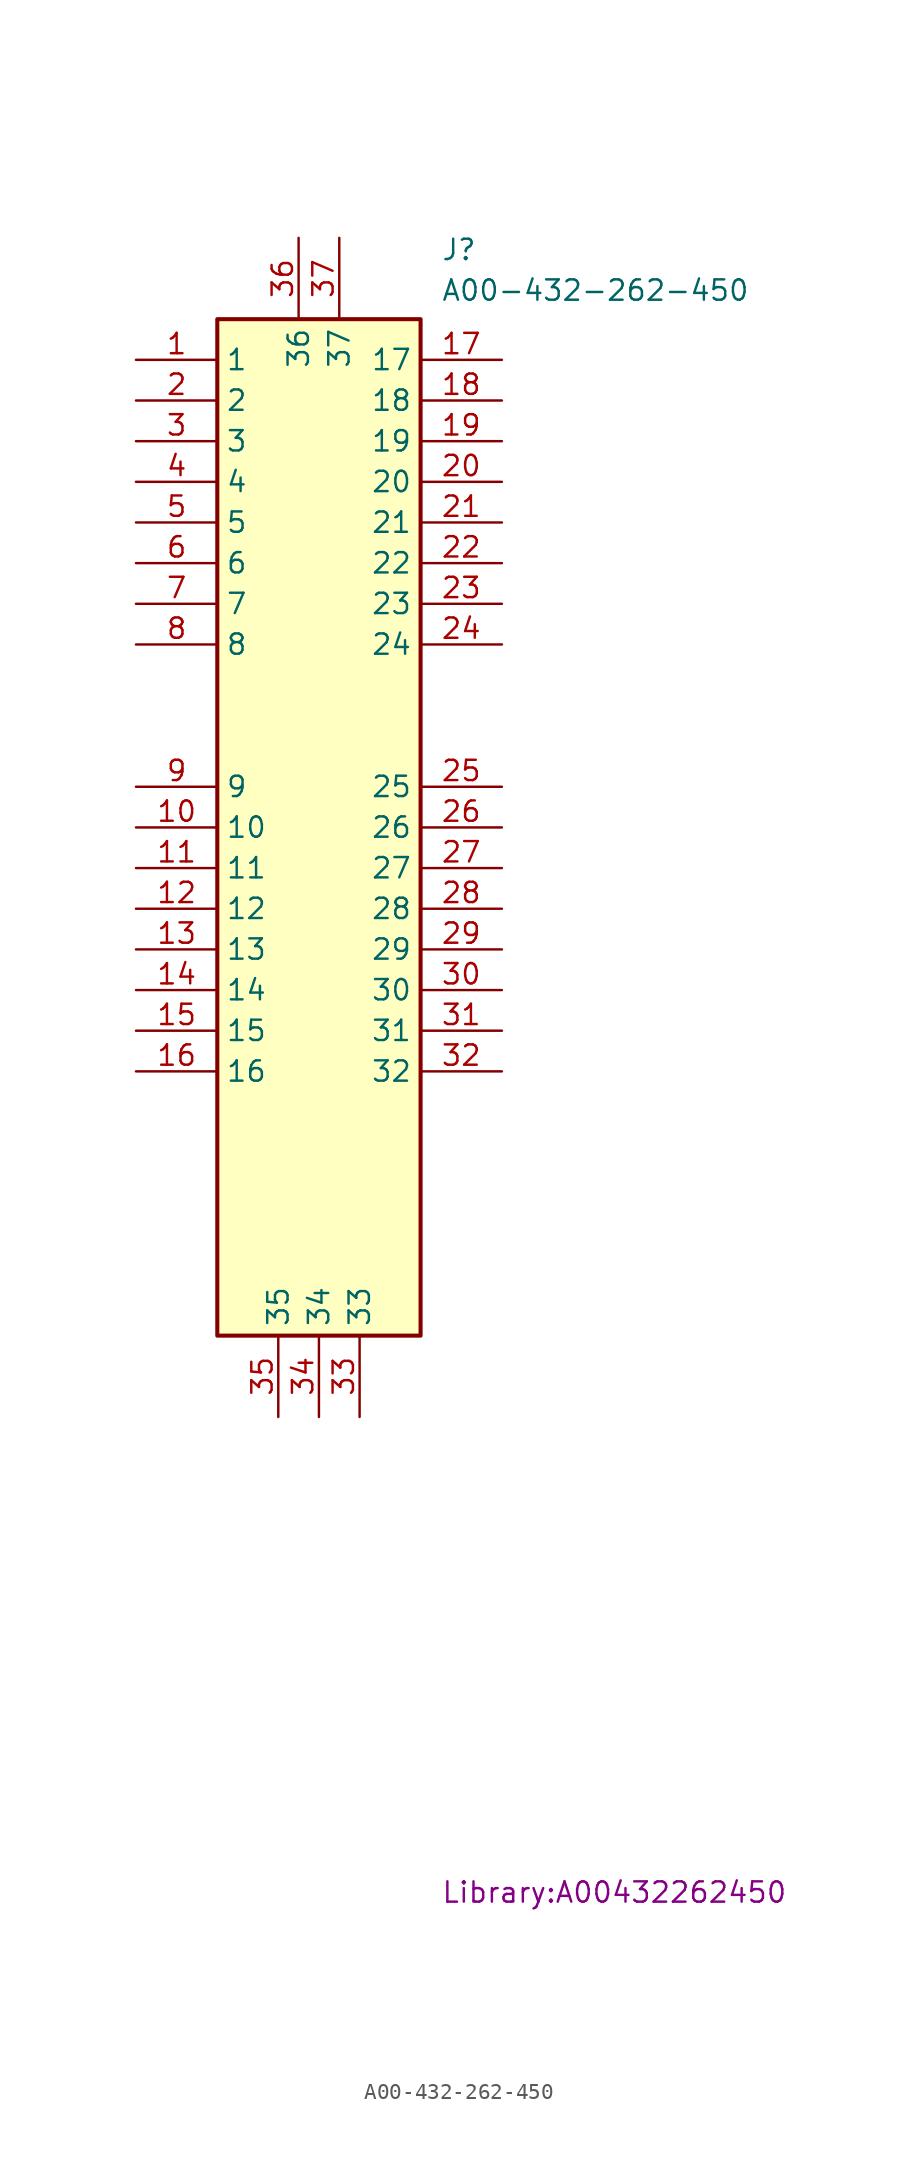
<source format=kicad_sym>
(kicad_symbol_lib
  (version 20241209)
  (generator "kicad_symbol_editor")
  (generator_version "9.0")
  (symbol "A00-432-262-450"
    (property "Reference" "J"
      (at 19.05 7.62 0)
      (effects (font (size 1.27 1.27)) (justify left top)))
    (property "Value" "A00-432-262-450"
      (at 19.05 5.08 0)
      (effects (font (size 1.27 1.27)) (justify left top)))
    (property "Footprint" "Library:A00432262450"
      (at 19.05 -94.996 0)
      (effects (font (size 1.27 1.27)) (justify left top)))
    (symbol "A00-432-262-450_1_1"
      (rectangle (start 5.08 2.54) (end 17.78 -60.96) (stroke (width 0.254) (type default)) (fill (type background)))
      (pin passive line (at 0 0 0) (length 5.08) (name "1" (effects (font (size 1.27 1.27)))) (number "1" (effects (font (size 1.27 1.27)))))
      (pin passive line (at 0 -2.54 0) (length 5.08) (name "2" (effects (font (size 1.27 1.27)))) (number "2" (effects (font (size 1.27 1.27)))))
      (pin passive line (at 0 -5.08 0) (length 5.08) (name "3" (effects (font (size 1.27 1.27)))) (number "3" (effects (font (size 1.27 1.27)))))
      (pin passive line (at 0 -7.62 0) (length 5.08) (name "4" (effects (font (size 1.27 1.27)))) (number "4" (effects (font (size 1.27 1.27)))))
      (pin passive line (at 0 -10.16 0) (length 5.08) (name "5" (effects (font (size 1.27 1.27)))) (number "5" (effects (font (size 1.27 1.27)))))
      (pin passive line (at 0 -12.7 0) (length 5.08) (name "6" (effects (font (size 1.27 1.27)))) (number "6" (effects (font (size 1.27 1.27)))))
      (pin passive line (at 0 -15.24 0) (length 5.08) (name "7" (effects (font (size 1.27 1.27)))) (number "7" (effects (font (size 1.27 1.27)))))
      (pin passive line (at 0 -17.78 0) (length 5.08) (name "8" (effects (font (size 1.27 1.27)))) (number "8" (effects (font (size 1.27 1.27)))))
      (pin passive line (at 0 -26.67 0) (length 5.08) (name "9" (effects (font (size 1.27 1.27)))) (number "9" (effects (font (size 1.27 1.27)))))
      (pin passive line (at 0 -29.21 0) (length 5.08) (name "10" (effects (font (size 1.27 1.27)))) (number "10" (effects (font (size 1.27 1.27)))))
      (pin passive line (at 0 -31.75 0) (length 5.08) (name "11" (effects (font (size 1.27 1.27)))) (number "11" (effects (font (size 1.27 1.27)))))
      (pin passive line (at 0 -34.29 0) (length 5.08) (name "12" (effects (font (size 1.27 1.27)))) (number "12" (effects (font (size 1.27 1.27)))))
      (pin passive line (at 0 -36.83 0) (length 5.08) (name "13" (effects (font (size 1.27 1.27)))) (number "13" (effects (font (size 1.27 1.27)))))
      (pin passive line (at 0 -39.37 0) (length 5.08) (name "14" (effects (font (size 1.27 1.27)))) (number "14" (effects (font (size 1.27 1.27)))))
      (pin passive line (at 0 -41.91 0) (length 5.08) (name "15" (effects (font (size 1.27 1.27)))) (number "15" (effects (font (size 1.27 1.27)))))
      (pin passive line (at 0 -44.45 0) (length 5.08) (name "16" (effects (font (size 1.27 1.27)))) (number "16" (effects (font (size 1.27 1.27)))))
      (pin passive line (at 8.89 -66.04 90) (length 5.08) (name "35" (effects (font (size 1.27 1.27)))) (number "35" (effects (font (size 1.27 1.27)))))
      (pin passive line (at 10.16 7.62 270) (length 5.08) (name "36" (effects (font (size 1.27 1.27)))) (number "36" (effects (font (size 1.27 1.27)))))
      (pin passive line (at 11.43 -66.04 90) (length 5.08) (name "34" (effects (font (size 1.27 1.27)))) (number "34" (effects (font (size 1.27 1.27)))))
      (pin passive line (at 12.7 7.62 270) (length 5.08) (name "37" (effects (font (size 1.27 1.27)))) (number "37" (effects (font (size 1.27 1.27)))))
      (pin passive line (at 13.97 -66.04 90) (length 5.08) (name "33" (effects (font (size 1.27 1.27)))) (number "33" (effects (font (size 1.27 1.27)))))
      (pin passive line (at 22.86 0 180) (length 5.08) (name "17" (effects (font (size 1.27 1.27)))) (number "17" (effects (font (size 1.27 1.27)))))
      (pin passive line (at 22.86 -2.54 180) (length 5.08) (name "18" (effects (font (size 1.27 1.27)))) (number "18" (effects (font (size 1.27 1.27)))))
      (pin passive line (at 22.86 -5.08 180) (length 5.08) (name "19" (effects (font (size 1.27 1.27)))) (number "19" (effects (font (size 1.27 1.27)))))
      (pin passive line (at 22.86 -7.62 180) (length 5.08) (name "20" (effects (font (size 1.27 1.27)))) (number "20" (effects (font (size 1.27 1.27)))))
      (pin passive line (at 22.86 -10.16 180) (length 5.08) (name "21" (effects (font (size 1.27 1.27)))) (number "21" (effects (font (size 1.27 1.27)))))
      (pin passive line (at 22.86 -12.7 180) (length 5.08) (name "22" (effects (font (size 1.27 1.27)))) (number "22" (effects (font (size 1.27 1.27)))))
      (pin passive line (at 22.86 -15.24 180) (length 5.08) (name "23" (effects (font (size 1.27 1.27)))) (number "23" (effects (font (size 1.27 1.27)))))
      (pin passive line (at 22.86 -17.78 180) (length 5.08) (name "24" (effects (font (size 1.27 1.27)))) (number "24" (effects (font (size 1.27 1.27)))))
      (pin passive line (at 22.86 -26.67 180) (length 5.08) (name "25" (effects (font (size 1.27 1.27)))) (number "25" (effects (font (size 1.27 1.27)))))
      (pin passive line (at 22.86 -29.21 180) (length 5.08) (name "26" (effects (font (size 1.27 1.27)))) (number "26" (effects (font (size 1.27 1.27)))))
      (pin passive line (at 22.86 -31.75 180) (length 5.08) (name "27" (effects (font (size 1.27 1.27)))) (number "27" (effects (font (size 1.27 1.27)))))
      (pin passive line (at 22.86 -34.29 180) (length 5.08) (name "28" (effects (font (size 1.27 1.27)))) (number "28" (effects (font (size 1.27 1.27)))))
      (pin passive line (at 22.86 -36.83 180) (length 5.08) (name "29" (effects (font (size 1.27 1.27)))) (number "29" (effects (font (size 1.27 1.27)))))
      (pin passive line (at 22.86 -39.37 180) (length 5.08) (name "30" (effects (font (size 1.27 1.27)))) (number "30" (effects (font (size 1.27 1.27)))))
      (pin passive line (at 22.86 -41.91 180) (length 5.08) (name "31" (effects (font (size 1.27 1.27)))) (number "31" (effects (font (size 1.27 1.27)))))
      (pin passive line (at 22.86 -44.45 180) (length 5.08) (name "32" (effects (font (size 1.27 1.27)))) (number "32" (effects (font (size 1.27 1.27))))))))
</source>
